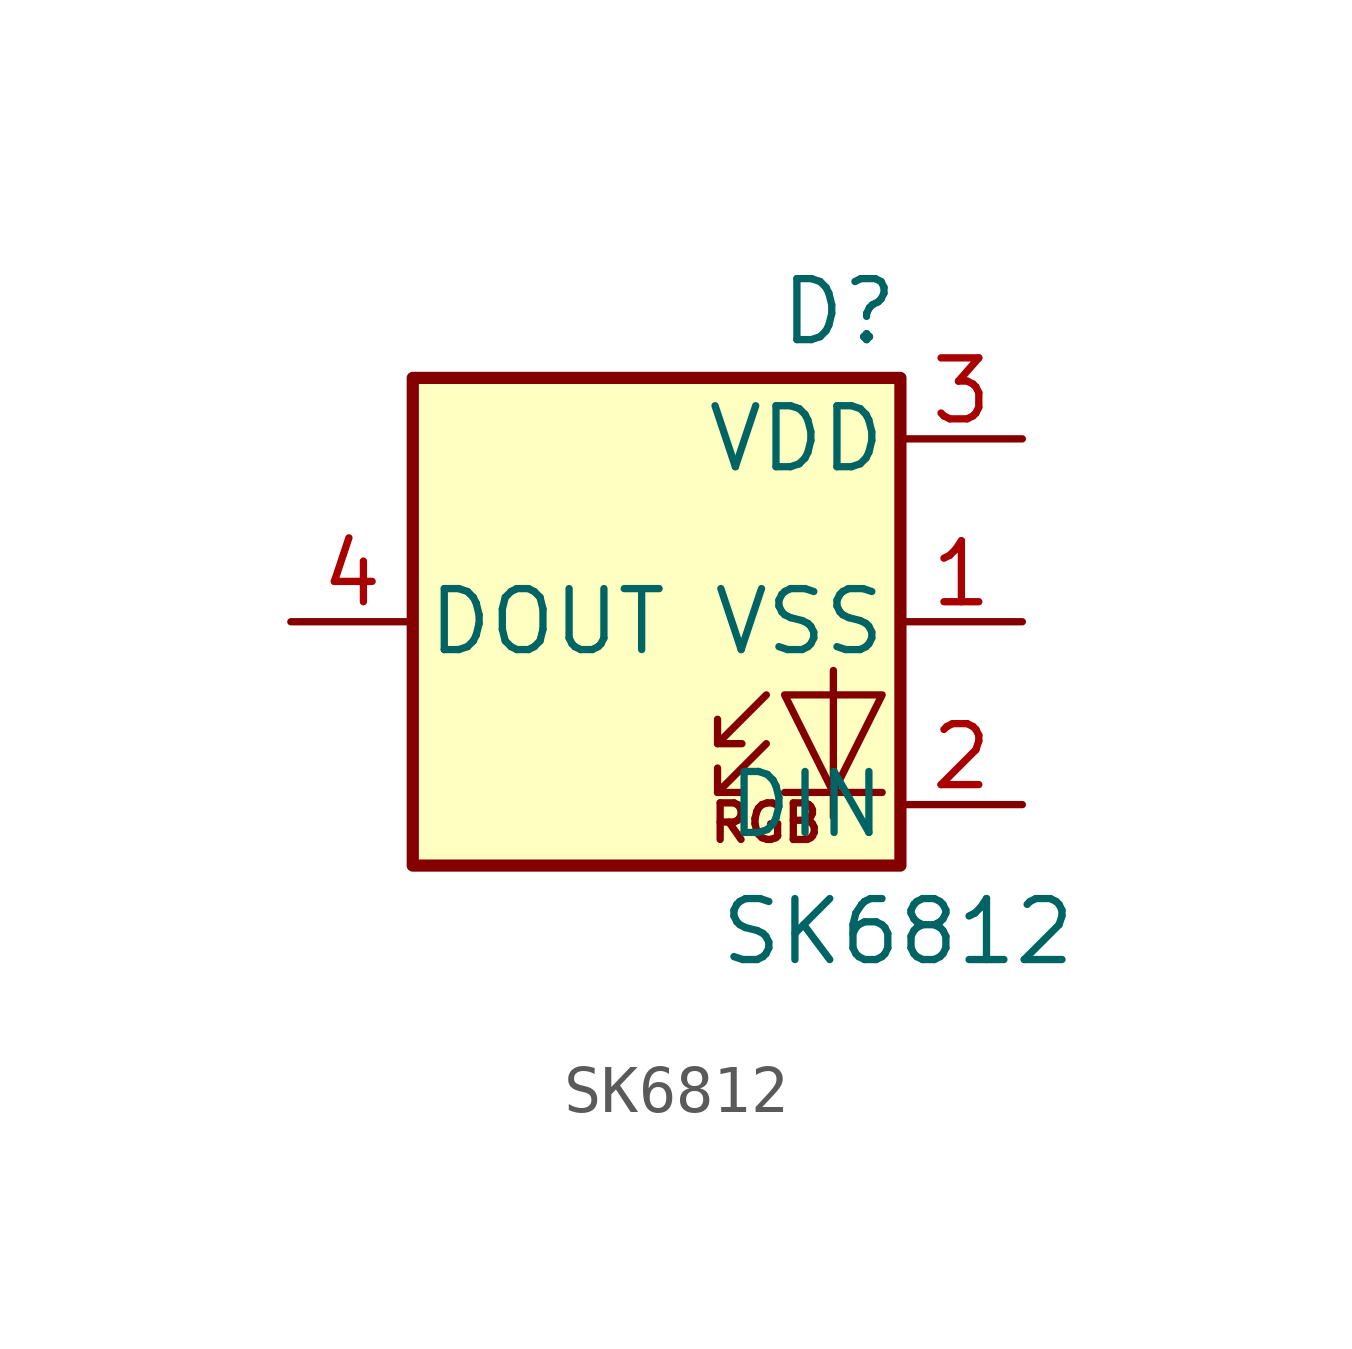
<source format=kicad_sym>
(kicad_symbol_lib
  (version 20231120)
  (generator "kicad_symbol_editor")
  (generator_version "8.0")
  (symbol "SK6812"
    (pin_names
      (offset 0.254))
    (property "Reference" "D"
      (at 5.08 5.715 0)
      (effects (font (size 1.27 1.27)) (justify right bottom)))
    (property "Value" "SK6812"
      (at 1.27 -5.715 0)
      (effects (font (size 1.27 1.27)) (justify left top)))
    (symbol "SK6812_0_0"
      (text "RGB" (at 2.286 -4.191 0) (effects (font (size 0.762 0.762)))))
    (symbol "SK6812_0_1"
      (polyline (pts (xy 1.27 -3.556) (xy 1.778 -3.556)) (stroke (width 0) (type default)) (fill (type none)))
      (polyline (pts (xy 1.27 -2.54) (xy 1.778 -2.54)) (stroke (width 0) (type default)) (fill (type none)))
      (polyline (pts (xy 4.699 -3.556) (xy 2.667 -3.556)) (stroke (width 0) (type default)) (fill (type none)))
      (polyline (pts (xy 2.286 -2.54) (xy 1.27 -3.556) (xy 1.27 -3.048)) (stroke (width 0) (type default)) (fill (type none)))
      (polyline (pts (xy 2.286 -1.524) (xy 1.27 -2.54) (xy 1.27 -2.032)) (stroke (width 0) (type default)) (fill (type none)))
      (polyline (pts (xy 3.683 -1.016) (xy 3.683 -3.556) (xy 3.683 -4.064)) (stroke (width 0) (type default)) (fill (type none)))
      (polyline (pts (xy 4.699 -1.524) (xy 2.667 -1.524) (xy 3.683 -3.556) (xy 4.699 -1.524)) (stroke (width 0) (type default)) (fill (type none)))
      (rectangle (start 5.08 5.08) (end -5.08 -5.08) (stroke (width 0.254) (type default)) (fill (type background))))
    (symbol "SK6812_1_1"
      (pin power_in line (at 7.62 0 180) (length 2.54) (name "VSS" (effects (font (size 1.27 1.27)))) (number "1" (effects (font (size 1.27 1.27)))))
      (pin input line (at 7.62 -3.81 180) (length 2.54) (name "DIN" (effects (font (size 1.27 1.27)))) (number "2" (effects (font (size 1.27 1.27)))))
      (pin power_in line (at 7.62 3.81 180) (length 2.54) (name "VDD" (effects (font (size 1.27 1.27)))) (number "3" (effects (font (size 1.27 1.27)))))
      (pin output line (at -7.62 0 0) (length 2.54) (name "DOUT" (effects (font (size 1.27 1.27)))) (number "4" (effects (font (size 1.27 1.27))))))))
</source>
